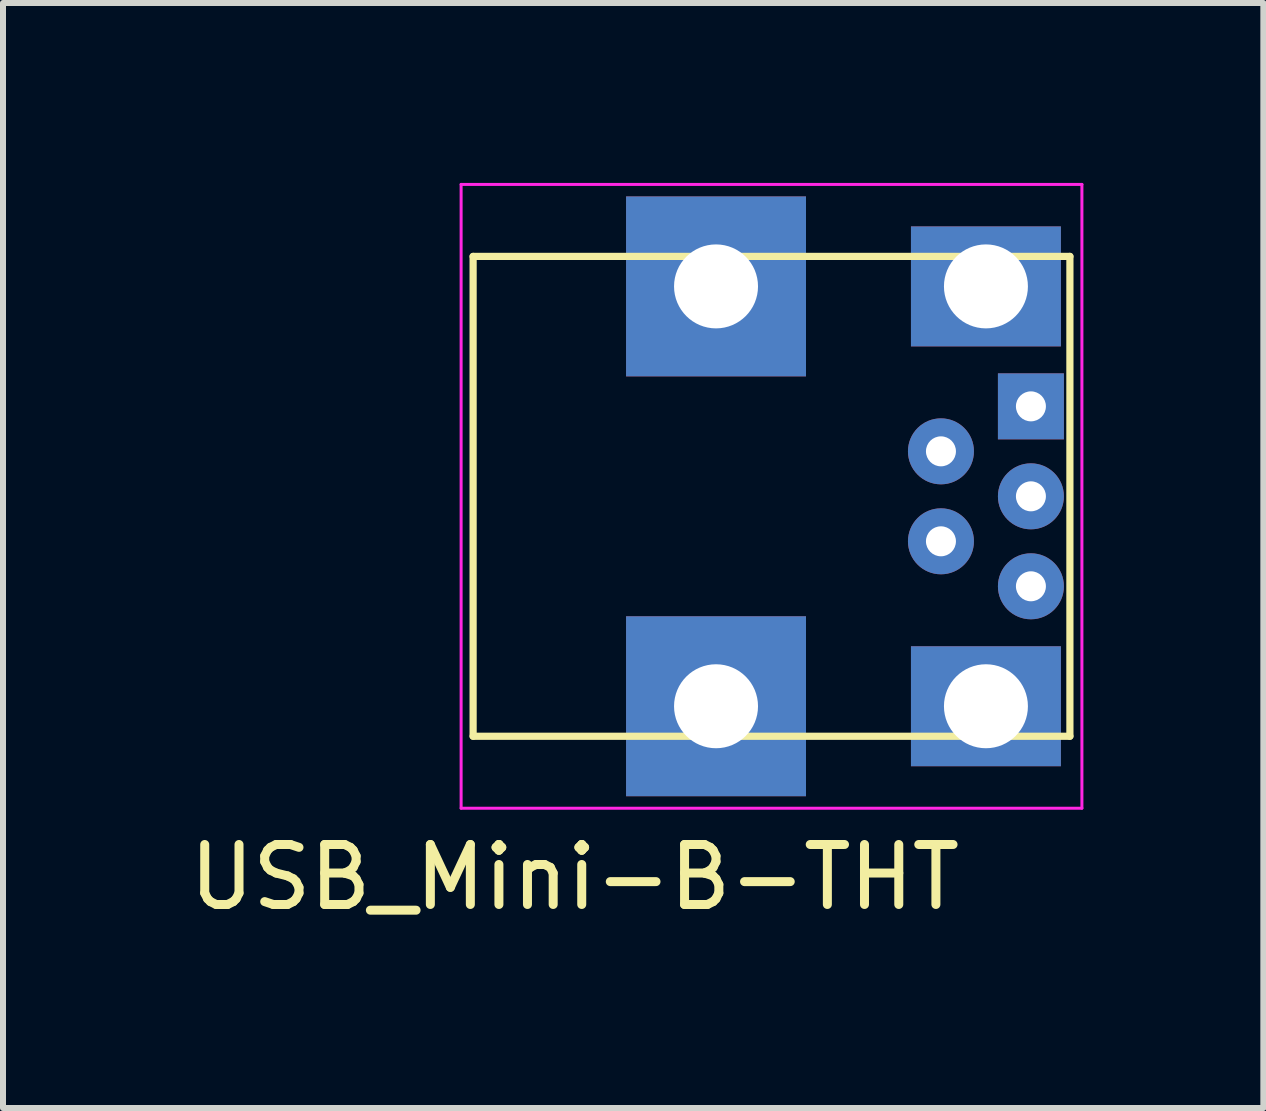
<source format=kicad_pcb>
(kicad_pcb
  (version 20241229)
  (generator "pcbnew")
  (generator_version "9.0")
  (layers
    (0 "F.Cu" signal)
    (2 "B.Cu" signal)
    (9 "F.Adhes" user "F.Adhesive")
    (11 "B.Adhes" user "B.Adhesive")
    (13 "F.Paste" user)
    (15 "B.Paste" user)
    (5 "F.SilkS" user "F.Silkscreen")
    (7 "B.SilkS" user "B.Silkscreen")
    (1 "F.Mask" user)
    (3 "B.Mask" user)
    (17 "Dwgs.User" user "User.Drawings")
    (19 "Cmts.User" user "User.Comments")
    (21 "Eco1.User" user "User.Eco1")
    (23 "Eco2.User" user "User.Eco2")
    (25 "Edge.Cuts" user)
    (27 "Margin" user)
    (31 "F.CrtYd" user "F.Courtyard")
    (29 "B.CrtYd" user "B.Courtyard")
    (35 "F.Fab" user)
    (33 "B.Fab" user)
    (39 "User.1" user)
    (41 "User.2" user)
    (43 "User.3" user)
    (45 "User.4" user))
  (footprint "USB_Mini-B-THT"
    (layer "F.Cu")
    (at 13.388 5.225)
    (property "Reference" "USB_Mini-B-THT" (at -6.858 6.35 0) (layer "F.SilkS") (effects (font (size 1 1) (thickness 0.15))))
    (attr smd)
    (fp_line (start -8.55 -4) (end -8.55 4) (stroke (width 0.12) (type solid)) (layer "F.SilkS"))
    (fp_line (start -8.55 4) (end 1.4 4) (stroke (width 0.12) (type solid)) (layer "F.SilkS"))
    (fp_line (start 1.4 -4) (end -8.55 -4) (stroke (width 0.12) (type solid)) (layer "F.SilkS"))
    (fp_line (start 1.4 4) (end 1.4 -4) (stroke (width 0.12) (type solid)) (layer "F.SilkS"))
    (fp_line (start -8.75 -5.2) (end -8.75 5.2) (stroke (width 0.05) (type solid)) (layer "F.CrtYd"))
    (fp_line (start -8.75 -5.2) (end 1.6 -5.2) (stroke (width 0.05) (type solid)) (layer "F.CrtYd"))
    (fp_line (start -8.75 5.2) (end 1.6 5.2) (stroke (width 0.05) (type solid)) (layer "F.CrtYd"))
    (fp_line (start 1.6 5.2) (end 1.6 -5.2) (stroke (width 0.05) (type solid)) (layer "F.CrtYd"))
    (pad "1" thru_hole rect (at 0.75 -1.5) (size 1.1 1.1) (drill 0.5) (layers "*.Cu" "*.Mask"))
    (pad "2" thru_hole circle (at -0.75 -0.75) (size 1.1 1.1) (drill 0.5) (layers "*.Cu" "*.Mask"))
    (pad "3" thru_hole circle (at 0.75 0) (size 1.1 1.1) (drill 0.5) (layers "*.Cu" "*.Mask"))
    (pad "4" thru_hole circle (at -0.75 0.75) (size 1.1 1.1) (drill 0.5) (layers "*.Cu" "*.Mask"))
    (pad "5" thru_hole circle (at 0.75 1.5) (size 1.1 1.1) (drill 0.5) (layers "*.Cu" "*.Mask"))
    (pad "6" thru_hole rect (at -4.5 -3.5) (size 3 3) (drill 1.4) (layers "*.Cu" "*.Mask"))
    (pad "6" thru_hole rect (at -4.5 3.5) (size 3 3) (drill 1.4) (layers "*.Cu" "*.Mask"))
    (pad "6" thru_hole rect (at 0 -3.5) (size 2.5 2) (drill 1.4) (layers "*.Cu" "*.Mask"))
    (pad "6" thru_hole rect (at 0 3.5) (size 2.5 2) (drill 1.4) (layers "*.Cu" "*.Mask")))
  (gr_rect
    (start -3 -3)
    (end 18.013 15.423)
    (stroke (width 0.1) (type default))
    (fill no)
    (layer "Edge.Cuts")))
</source>
